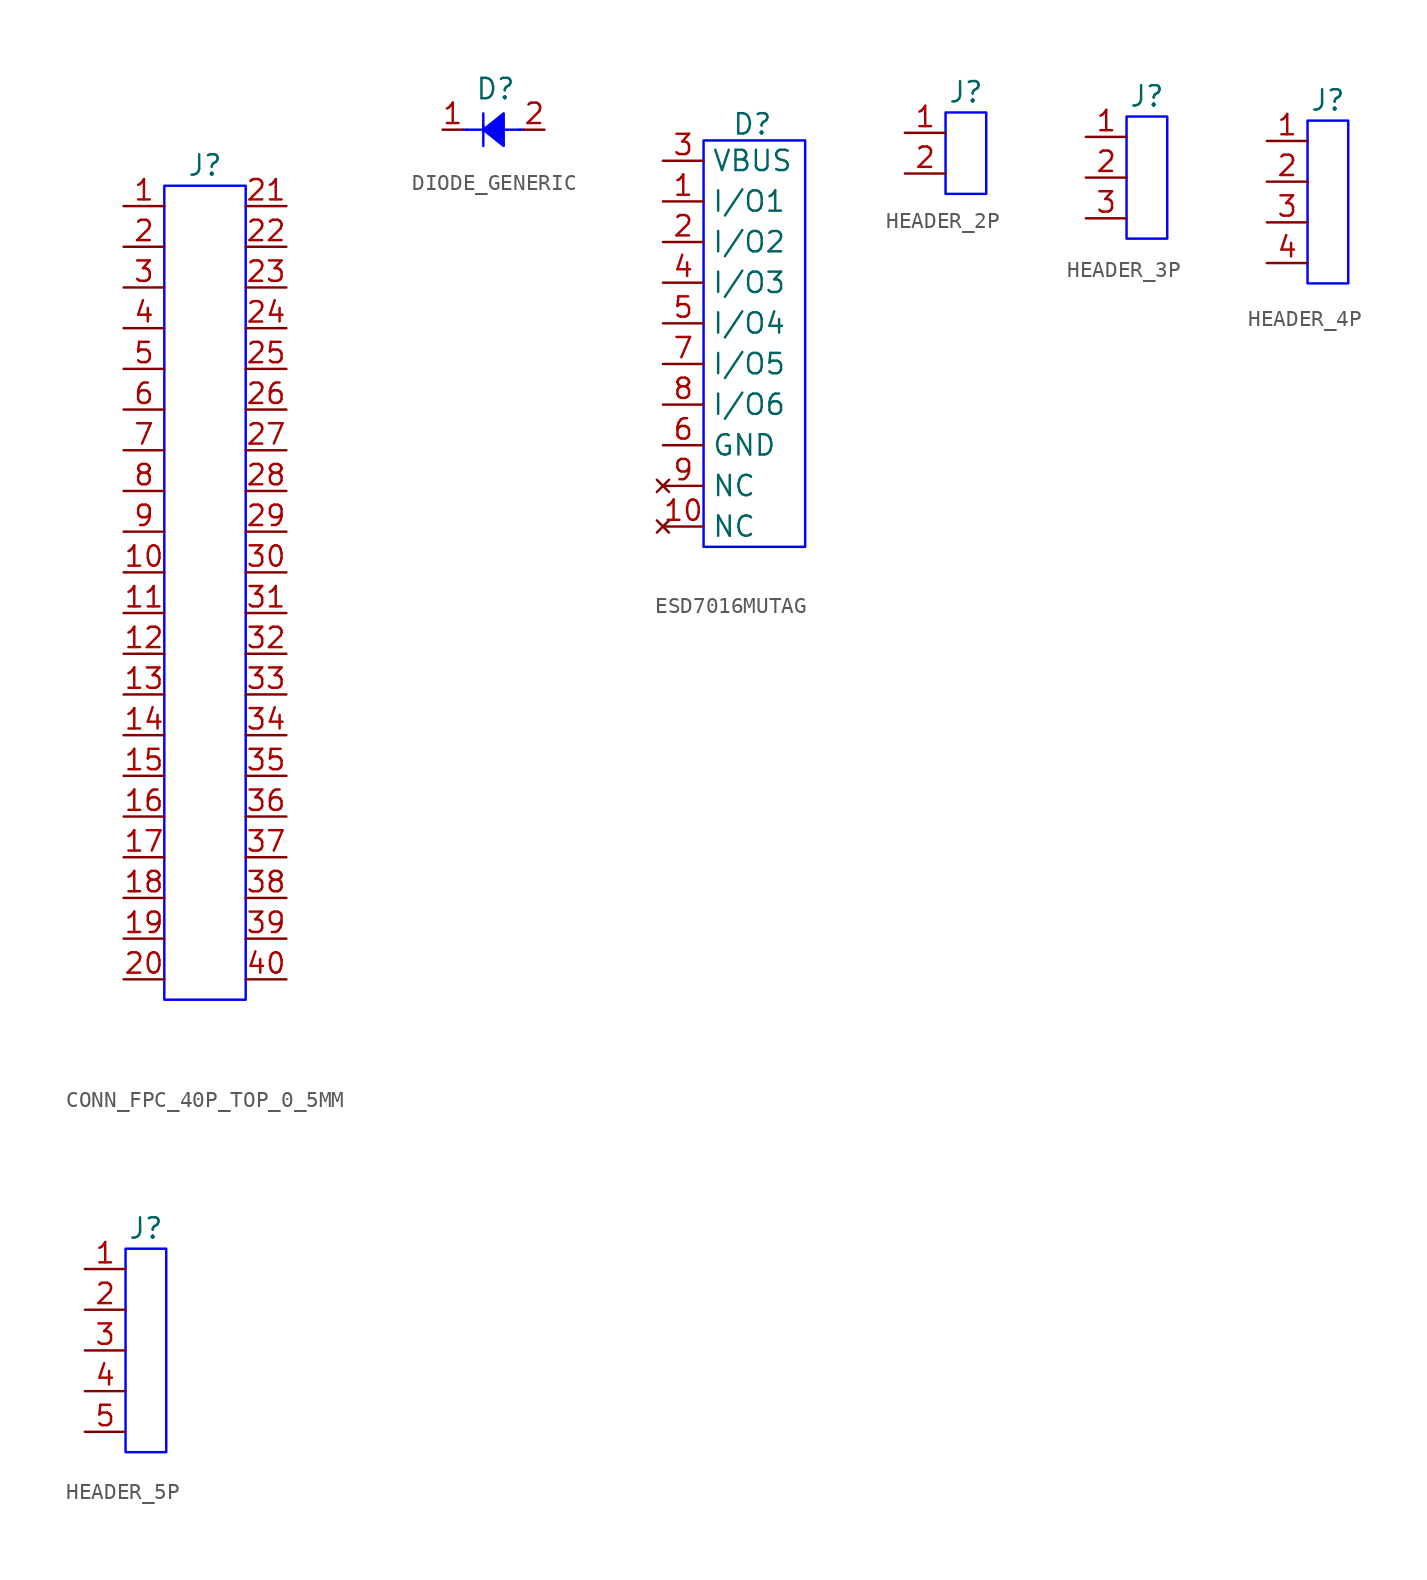
<source format=kicad_sym>
(kicad_symbol_lib
  (version 20241209)
  (generator "kicad_symbol_editor")
  (generator_version "9.0")
  (symbol "CONN_FPC_40P_TOP_0_5MM"
    (pin_names
      (hide yes))
    (property "Reference" "J"
      (at 2.54 1.27 0)
      (effects (font (size 1.27 1.27))))
    (property "Value" ""
      (at 0 0 0)
      (effects (font (size 1.27 1.27))))
    (symbol "CONN_FPC_40P_TOP_0_5MM_1_1"
      (rectangle (start 0 0) (end 5.08 -50.8) (stroke (width 0) (type solid) (color 0 0 255 1)) (fill (type none)))
      (pin passive line (at -2.54 -1.27 0) (length 2.54) (name "1" (effects (font (size 1.27 1.27)))) (number "1" (effects (font (size 1.27 1.27)))))
      (pin passive line (at -2.54 -3.81 0) (length 2.54) (name "2" (effects (font (size 1.27 1.27)))) (number "2" (effects (font (size 1.27 1.27)))))
      (pin passive line (at -2.54 -6.35 0) (length 2.54) (name "3" (effects (font (size 1.27 1.27)))) (number "3" (effects (font (size 1.27 1.27)))))
      (pin passive line (at -2.54 -8.89 0) (length 2.54) (name "4" (effects (font (size 1.27 1.27)))) (number "4" (effects (font (size 1.27 1.27)))))
      (pin passive line (at -2.54 -11.43 0) (length 2.54) (name "5" (effects (font (size 1.27 1.27)))) (number "5" (effects (font (size 1.27 1.27)))))
      (pin passive line (at -2.54 -13.97 0) (length 2.54) (name "6" (effects (font (size 1.27 1.27)))) (number "6" (effects (font (size 1.27 1.27)))))
      (pin passive line (at -2.54 -16.51 0) (length 2.54) (name "7" (effects (font (size 1.27 1.27)))) (number "7" (effects (font (size 1.27 1.27)))))
      (pin passive line (at -2.54 -19.05 0) (length 2.54) (name "8" (effects (font (size 1.27 1.27)))) (number "8" (effects (font (size 1.27 1.27)))))
      (pin passive line (at -2.54 -21.59 0) (length 2.54) (name "9" (effects (font (size 1.27 1.27)))) (number "9" (effects (font (size 1.27 1.27)))))
      (pin passive line (at -2.54 -24.13 0) (length 2.54) (name "10" (effects (font (size 1.27 1.27)))) (number "10" (effects (font (size 1.27 1.27)))))
      (pin passive line (at -2.54 -26.67 0) (length 2.54) (name "11" (effects (font (size 1.27 1.27)))) (number "11" (effects (font (size 1.27 1.27)))))
      (pin passive line (at -2.54 -29.21 0) (length 2.54) (name "12" (effects (font (size 1.27 1.27)))) (number "12" (effects (font (size 1.27 1.27)))))
      (pin passive line (at -2.54 -31.75 0) (length 2.54) (name "13" (effects (font (size 1.27 1.27)))) (number "13" (effects (font (size 1.27 1.27)))))
      (pin passive line (at -2.54 -34.29 0) (length 2.54) (name "14" (effects (font (size 1.27 1.27)))) (number "14" (effects (font (size 1.27 1.27)))))
      (pin passive line (at -2.54 -36.83 0) (length 2.54) (name "15" (effects (font (size 1.27 1.27)))) (number "15" (effects (font (size 1.27 1.27)))))
      (pin passive line (at -2.54 -39.37 0) (length 2.54) (name "16" (effects (font (size 1.27 1.27)))) (number "16" (effects (font (size 1.27 1.27)))))
      (pin passive line (at -2.54 -41.91 0) (length 2.54) (name "17" (effects (font (size 1.27 1.27)))) (number "17" (effects (font (size 1.27 1.27)))))
      (pin passive line (at -2.54 -44.45 0) (length 2.54) (name "18" (effects (font (size 1.27 1.27)))) (number "18" (effects (font (size 1.27 1.27)))))
      (pin passive line (at -2.54 -46.99 0) (length 2.54) (name "19" (effects (font (size 1.27 1.27)))) (number "19" (effects (font (size 1.27 1.27)))))
      (pin passive line (at -2.54 -49.53 0) (length 2.54) (name "20" (effects (font (size 1.27 1.27)))) (number "20" (effects (font (size 1.27 1.27)))))
      (pin passive line (at 7.62 -1.27 180) (length 2.54) (name "21" (effects (font (size 1.27 1.27)))) (number "21" (effects (font (size 1.27 1.27)))))
      (pin passive line (at 7.62 -3.81 180) (length 2.54) (name "22" (effects (font (size 1.27 1.27)))) (number "22" (effects (font (size 1.27 1.27)))))
      (pin passive line (at 7.62 -6.35 180) (length 2.54) (name "23" (effects (font (size 1.27 1.27)))) (number "23" (effects (font (size 1.27 1.27)))))
      (pin passive line (at 7.62 -8.89 180) (length 2.54) (name "24" (effects (font (size 1.27 1.27)))) (number "24" (effects (font (size 1.27 1.27)))))
      (pin passive line (at 7.62 -11.43 180) (length 2.54) (name "25" (effects (font (size 1.27 1.27)))) (number "25" (effects (font (size 1.27 1.27)))))
      (pin passive line (at 7.62 -13.97 180) (length 2.54) (name "26" (effects (font (size 1.27 1.27)))) (number "26" (effects (font (size 1.27 1.27)))))
      (pin passive line (at 7.62 -16.51 180) (length 2.54) (name "27" (effects (font (size 1.27 1.27)))) (number "27" (effects (font (size 1.27 1.27)))))
      (pin passive line (at 7.62 -19.05 180) (length 2.54) (name "28" (effects (font (size 1.27 1.27)))) (number "28" (effects (font (size 1.27 1.27)))))
      (pin passive line (at 7.62 -21.59 180) (length 2.54) (name "29" (effects (font (size 1.27 1.27)))) (number "29" (effects (font (size 1.27 1.27)))))
      (pin passive line (at 7.62 -24.13 180) (length 2.54) (name "30" (effects (font (size 1.27 1.27)))) (number "30" (effects (font (size 1.27 1.27)))))
      (pin passive line (at 7.62 -26.67 180) (length 2.54) (name "31" (effects (font (size 1.27 1.27)))) (number "31" (effects (font (size 1.27 1.27)))))
      (pin passive line (at 7.62 -29.21 180) (length 2.54) (name "32" (effects (font (size 1.27 1.27)))) (number "32" (effects (font (size 1.27 1.27)))))
      (pin passive line (at 7.62 -31.75 180) (length 2.54) (name "33" (effects (font (size 1.27 1.27)))) (number "33" (effects (font (size 1.27 1.27)))))
      (pin passive line (at 7.62 -34.29 180) (length 2.54) (name "34" (effects (font (size 1.27 1.27)))) (number "34" (effects (font (size 1.27 1.27)))))
      (pin passive line (at 7.62 -36.83 180) (length 2.54) (name "35" (effects (font (size 1.27 1.27)))) (number "35" (effects (font (size 1.27 1.27)))))
      (pin passive line (at 7.62 -39.37 180) (length 2.54) (name "36" (effects (font (size 1.27 1.27)))) (number "36" (effects (font (size 1.27 1.27)))))
      (pin passive line (at 7.62 -41.91 180) (length 2.54) (name "37" (effects (font (size 1.27 1.27)))) (number "37" (effects (font (size 1.27 1.27)))))
      (pin passive line (at 7.62 -44.45 180) (length 2.54) (name "38" (effects (font (size 1.27 1.27)))) (number "38" (effects (font (size 1.27 1.27)))))
      (pin passive line (at 7.62 -46.99 180) (length 2.54) (name "39" (effects (font (size 1.27 1.27)))) (number "39" (effects (font (size 1.27 1.27)))))
      (pin passive line (at 7.62 -49.53 180) (length 2.54) (name "40" (effects (font (size 1.27 1.27)))) (number "40" (effects (font (size 1.27 1.27)))))))
  (symbol "DIODE_GENERIC"
    (pin_names
      (offset 0)
      (hide yes))
    (property "Reference" "D"
      (at 2.032 2.54 0)
      (effects (font (size 1.27 1.27))))
    (property "Value" ""
      (at 1.524 -1.524 0)
      (effects (font (size 1.27 1.27))))
    (symbol "DIODE_GENERIC_0_1"
      (polyline (pts (xy 1.27 0.254) (xy 1.27 -1.016) (xy 1.27 -1.016)) (stroke (width 0) (type default) (color 0 0 255 1)) (fill (type none)))
      (polyline (pts (xy 1.27 0) (xy 0.254 0)) (stroke (width 0) (type default) (color 0 0 255 1)) (fill (type none)))
      (polyline (pts (xy 1.27 0) (xy 1.27 0.508) (xy 1.27 1.016) (xy 1.27 1.016)) (stroke (width 0) (type default) (color 0 0 255 1)) (fill (type none)))
      (polyline (pts (xy 2.54 0) (xy 3.556 0)) (stroke (width 0) (type default) (color 0 0 255 1)) (fill (type none)))
      (polyline (pts (xy 2.54 0) (xy 2.54 1.016) (xy 1.27 0) (xy 2.54 -1.016) (xy 2.54 0)) (stroke (width 0) (type default) (color 0 0 255 1)) (fill (type outline))))
    (symbol "DIODE_GENERIC_1_1"
      (polyline (pts (xy 0.254 0) (xy 0 0)) (stroke (width 0) (type solid) (color 0 0 255 1)) (fill (type none)))
      (polyline (pts (xy 3.81 0) (xy 3.556 0)) (stroke (width 0) (type solid) (color 0 0 255 1)) (fill (type none)))
      (pin passive line (at -1.27 0 0) (length 1.27) (name "K" (effects (font (size 1.27 1.27)))) (number "1" (effects (font (size 1.27 1.27)))))
      (pin passive line (at 5.08 0 180) (length 1.27) (name "A" (effects (font (size 1.27 1.27)))) (number "2" (effects (font (size 1.27 1.27)))))))
  (symbol "ESD7016MUTAG"
    (property "Reference" "D"
      (at 3.048 1.016 0)
      (effects (font (size 1.27 1.27))))
    (property "Value" ""
      (at 0 0 0)
      (effects (font (size 1.27 1.27))))
    (symbol "ESD7016MUTAG_0_1"
      (rectangle (start 0 0) (end 6.35 -25.4) (stroke (width 0) (type default) (color 0 0 255 1)) (fill (type none))))
    (symbol "ESD7016MUTAG_1_1"
      (pin power_in line (at -2.54 -1.27 0) (length 2.54) (name "VBUS" (effects (font (size 1.27 1.27)))) (number "3" (effects (font (size 1.27 1.27)))))
      (pin input line (at -2.54 -3.81 0) (length 2.54) (name "I/O1" (effects (font (size 1.27 1.27)))) (number "1" (effects (font (size 1.27 1.27)))))
      (pin input line (at -2.54 -6.35 0) (length 2.54) (name "I/O2" (effects (font (size 1.27 1.27)))) (number "2" (effects (font (size 1.27 1.27)))))
      (pin input line (at -2.54 -8.89 0) (length 2.54) (name "I/O3" (effects (font (size 1.27 1.27)))) (number "4" (effects (font (size 1.27 1.27)))))
      (pin input line (at -2.54 -11.43 0) (length 2.54) (name "I/O4" (effects (font (size 1.27 1.27)))) (number "5" (effects (font (size 1.27 1.27)))))
      (pin input line (at -2.54 -13.97 0) (length 2.54) (name "I/O5" (effects (font (size 1.27 1.27)))) (number "7" (effects (font (size 1.27 1.27)))))
      (pin input line (at -2.54 -16.51 0) (length 2.54) (name "I/O6" (effects (font (size 1.27 1.27)))) (number "8" (effects (font (size 1.27 1.27)))))
      (pin power_in line (at -2.54 -19.05 0) (length 2.54) (name "GND" (effects (font (size 1.27 1.27)))) (number "6" (effects (font (size 1.27 1.27)))))
      (pin no_connect line (at -2.54 -21.59 0) (length 2.54) (name "NC" (effects (font (size 1.27 1.27)))) (number "9" (effects (font (size 1.27 1.27)))))
      (pin no_connect line (at -2.54 -24.13 0) (length 2.54) (name "NC" (effects (font (size 1.27 1.27)))) (number "10" (effects (font (size 1.27 1.27)))))))
  (symbol "HEADER_2P"
    (pin_names
      (hide yes))
    (property "Reference" "J"
      (at 1.27 1.27 0)
      (effects (font (size 1.27 1.27))))
    (property "Value" ""
      (at 0 0 0)
      (effects (font (size 1.27 1.27))))
    (symbol "HEADER_2P_1_1"
      (rectangle (start 0 0) (end 2.54 -5.08) (stroke (width 0) (type solid) (color 0 0 255 1)) (fill (type none)))
      (pin passive line (at -2.54 -1.27 0) (length 2.54) (name "1" (effects (font (size 1.27 1.27)))) (number "1" (effects (font (size 1.27 1.27)))))
      (pin passive line (at -2.54 -3.81 0) (length 2.54) (name "2" (effects (font (size 1.27 1.27)))) (number "2" (effects (font (size 1.27 1.27)))))))
  (symbol "HEADER_3P"
    (pin_names
      (hide yes))
    (property "Reference" "J"
      (at 1.27 1.27 0)
      (effects (font (size 1.27 1.27))))
    (property "Value" ""
      (at 0 0 0)
      (effects (font (size 1.27 1.27))))
    (symbol "HEADER_3P_1_1"
      (rectangle (start 0 0) (end 2.54 -7.62) (stroke (width 0) (type solid) (color 0 0 255 1)) (fill (type none)))
      (pin passive line (at -2.54 -1.27 0) (length 2.54) (name "1" (effects (font (size 1.27 1.27)))) (number "1" (effects (font (size 1.27 1.27)))))
      (pin passive line (at -2.54 -3.81 0) (length 2.54) (name "2" (effects (font (size 1.27 1.27)))) (number "2" (effects (font (size 1.27 1.27)))))
      (pin passive line (at -2.54 -6.35 0) (length 2.54) (name "3" (effects (font (size 1.27 1.27)))) (number "3" (effects (font (size 1.27 1.27)))))))
  (symbol "HEADER_4P"
    (pin_names
      (hide yes))
    (property "Reference" "J"
      (at 1.27 1.27 0)
      (effects (font (size 1.27 1.27))))
    (property "Value" ""
      (at 0 0 0)
      (effects (font (size 1.27 1.27))))
    (symbol "HEADER_4P_1_1"
      (rectangle (start 0 0) (end 2.54 -10.16) (stroke (width 0) (type solid) (color 0 0 255 1)) (fill (type none)))
      (pin passive line (at -2.54 -1.27 0) (length 2.54) (name "1" (effects (font (size 1.27 1.27)))) (number "1" (effects (font (size 1.27 1.27)))))
      (pin passive line (at -2.54 -3.81 0) (length 2.54) (name "2" (effects (font (size 1.27 1.27)))) (number "2" (effects (font (size 1.27 1.27)))))
      (pin passive line (at -2.54 -6.35 0) (length 2.54) (name "3" (effects (font (size 1.27 1.27)))) (number "3" (effects (font (size 1.27 1.27)))))
      (pin passive line (at -2.54 -8.89 0) (length 2.54) (name "4" (effects (font (size 1.27 1.27)))) (number "4" (effects (font (size 1.27 1.27)))))))
  (symbol "HEADER_5P"
    (pin_names
      (hide yes))
    (property "Reference" "J"
      (at 1.27 1.27 0)
      (effects (font (size 1.27 1.27))))
    (property "Value" ""
      (at 0 0 0)
      (effects (font (size 1.27 1.27))))
    (symbol "HEADER_5P_1_1"
      (rectangle (start 0 0) (end 2.54 -12.7) (stroke (width 0) (type solid) (color 0 0 255 1)) (fill (type none)))
      (pin passive line (at -2.54 -1.27 0) (length 2.54) (name "1" (effects (font (size 1.27 1.27)))) (number "1" (effects (font (size 1.27 1.27)))))
      (pin passive line (at -2.54 -3.81 0) (length 2.54) (name "2" (effects (font (size 1.27 1.27)))) (number "2" (effects (font (size 1.27 1.27)))))
      (pin passive line (at -2.54 -6.35 0) (length 2.54) (name "3" (effects (font (size 1.27 1.27)))) (number "3" (effects (font (size 1.27 1.27)))))
      (pin passive line (at -2.54 -8.89 0) (length 2.54) (name "4" (effects (font (size 1.27 1.27)))) (number "4" (effects (font (size 1.27 1.27)))))
      (pin passive line (at -2.54 -11.43 0) (length 2.54) (name "5" (effects (font (size 1.27 1.27)))) (number "5" (effects (font (size 1.27 1.27))))))))
</source>
